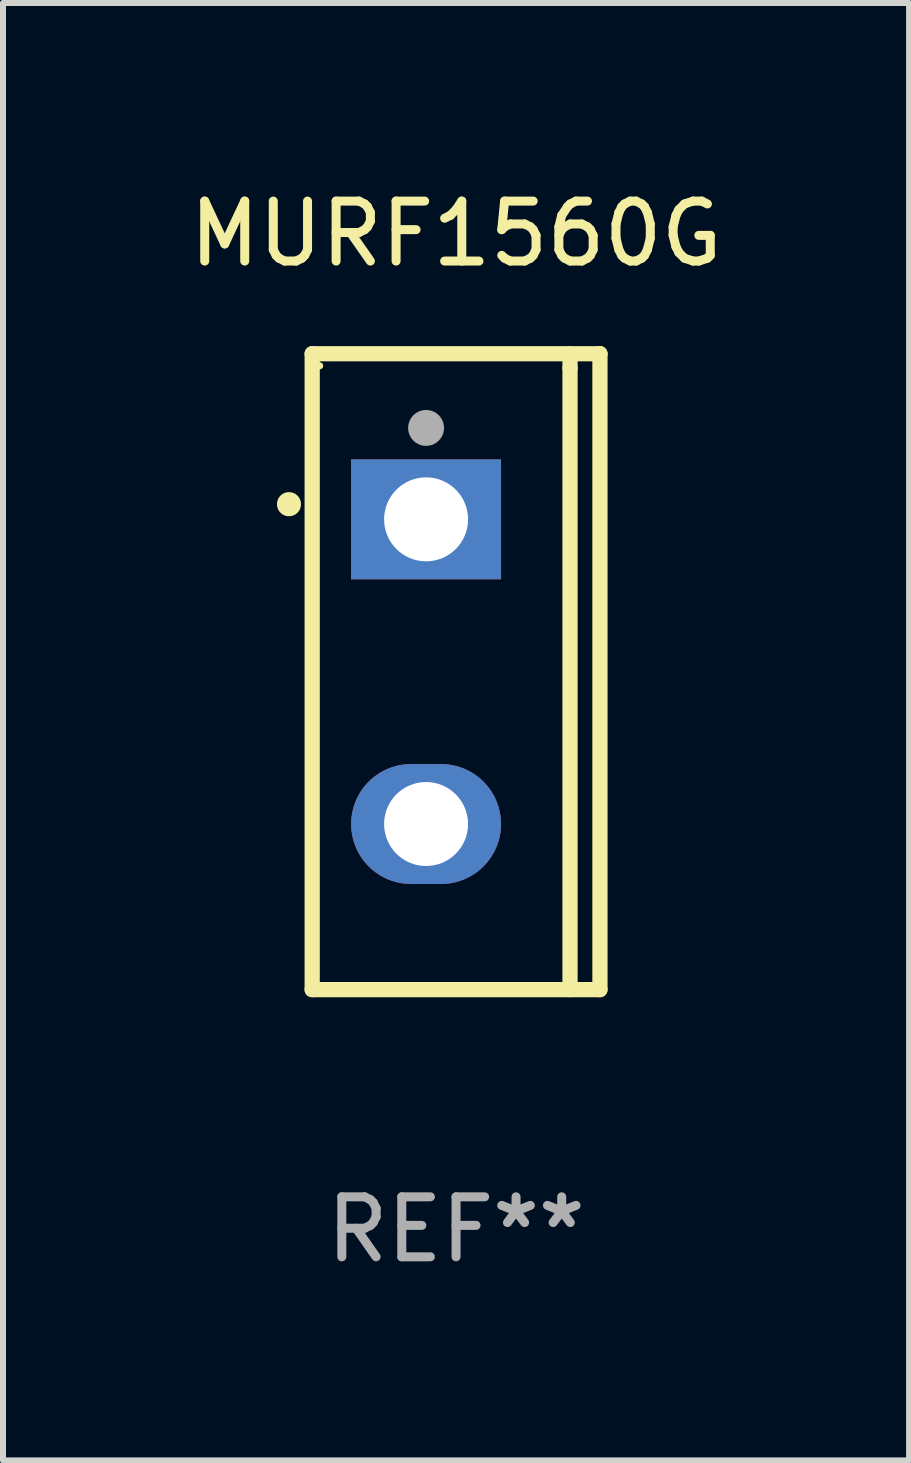
<source format=kicad_pcb>
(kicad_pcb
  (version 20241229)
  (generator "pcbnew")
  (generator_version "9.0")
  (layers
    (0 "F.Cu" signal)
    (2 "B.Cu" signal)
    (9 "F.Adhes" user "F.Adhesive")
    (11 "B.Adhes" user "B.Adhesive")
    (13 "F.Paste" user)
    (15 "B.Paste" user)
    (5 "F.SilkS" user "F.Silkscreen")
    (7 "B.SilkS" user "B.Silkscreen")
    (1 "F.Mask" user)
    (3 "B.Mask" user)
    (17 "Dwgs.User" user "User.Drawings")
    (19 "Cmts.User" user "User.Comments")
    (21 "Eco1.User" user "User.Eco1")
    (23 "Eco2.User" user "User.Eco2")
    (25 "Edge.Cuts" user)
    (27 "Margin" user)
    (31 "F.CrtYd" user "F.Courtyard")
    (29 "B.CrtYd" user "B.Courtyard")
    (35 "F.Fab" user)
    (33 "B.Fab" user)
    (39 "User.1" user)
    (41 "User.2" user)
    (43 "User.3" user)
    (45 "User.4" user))
  (footprint "MURF1560G"
    (layer "F.Cu")
    (at 4.554 8.149)
    (property "Reference" "MURF1560G" (at 0 -7.301 0) (layer "F.SilkS") (effects (font (size 1 1) (thickness 0.15))))
    (attr through_hole)
    (fp_line (start -2.399 -5.301) (end 2.394 -5.301) (stroke (width 0.254) (type solid)) (layer "F.SilkS"))
    (fp_line (start -2.399 5.301) (end -2.399 -5.301) (stroke (width 0.254) (type solid)) (layer "F.SilkS"))
    (fp_line (start 1.9 -5.061) (end 1.9 -5.3) (stroke (width 0.254) (type solid)) (layer "F.SilkS"))
    (fp_line (start 1.9 5.3) (end 1.9 -5.061) (stroke (width 0.254) (type solid)) (layer "F.SilkS"))
    (fp_line (start 2.394 -5.301) (end 2.399 -5.301) (stroke (width 0.254) (type solid)) (layer "F.SilkS"))
    (fp_line (start 2.399 -5.301) (end 2.399 5.301) (stroke (width 0.254) (type solid)) (layer "F.SilkS"))
    (fp_line (start 2.399 5.301) (end -2.399 5.301) (stroke (width 0.254) (type solid)) (layer "F.SilkS"))
    (fp_arc (start -2.786043 -2.791466) (mid -2.786047 -2.792736) (end -2.786043 -2.794006) (stroke (width 0.4) (type solid)) (layer "F.SilkS"))
    (fp_circle (center -2.275 -5.1) (end -2.245 -5.1) (stroke (width 0.06) (type solid)) (fill no) (layer "F.SilkS"))
    (fp_circle (center -0.5 -4.064) (end -0.35 -4.064) (stroke (width 0.3) (type solid)) (fill no) (layer "F.Fab"))
    (fp_text user "REF**" (at 0 9.301 0) (layer "F.Fab") (effects (font (size 1 1) (thickness 0.15))))
    (pad "1" thru_hole rect (at -0.5 -2.54 270) (size 2 2.5) (drill 1.4) (layers "*.Cu" "*.Mask"))
    (pad "3" thru_hole oval (at -0.5 2.54 270) (size 2 2.5) (drill 1.4) (layers "*.Cu" "*.Mask")))
  (gr_rect
    (start -3 -3)
    (end 12.107 21.299)
    (stroke (width 0.1) (type default))
    (fill no)
    (layer "Edge.Cuts")))
</source>
